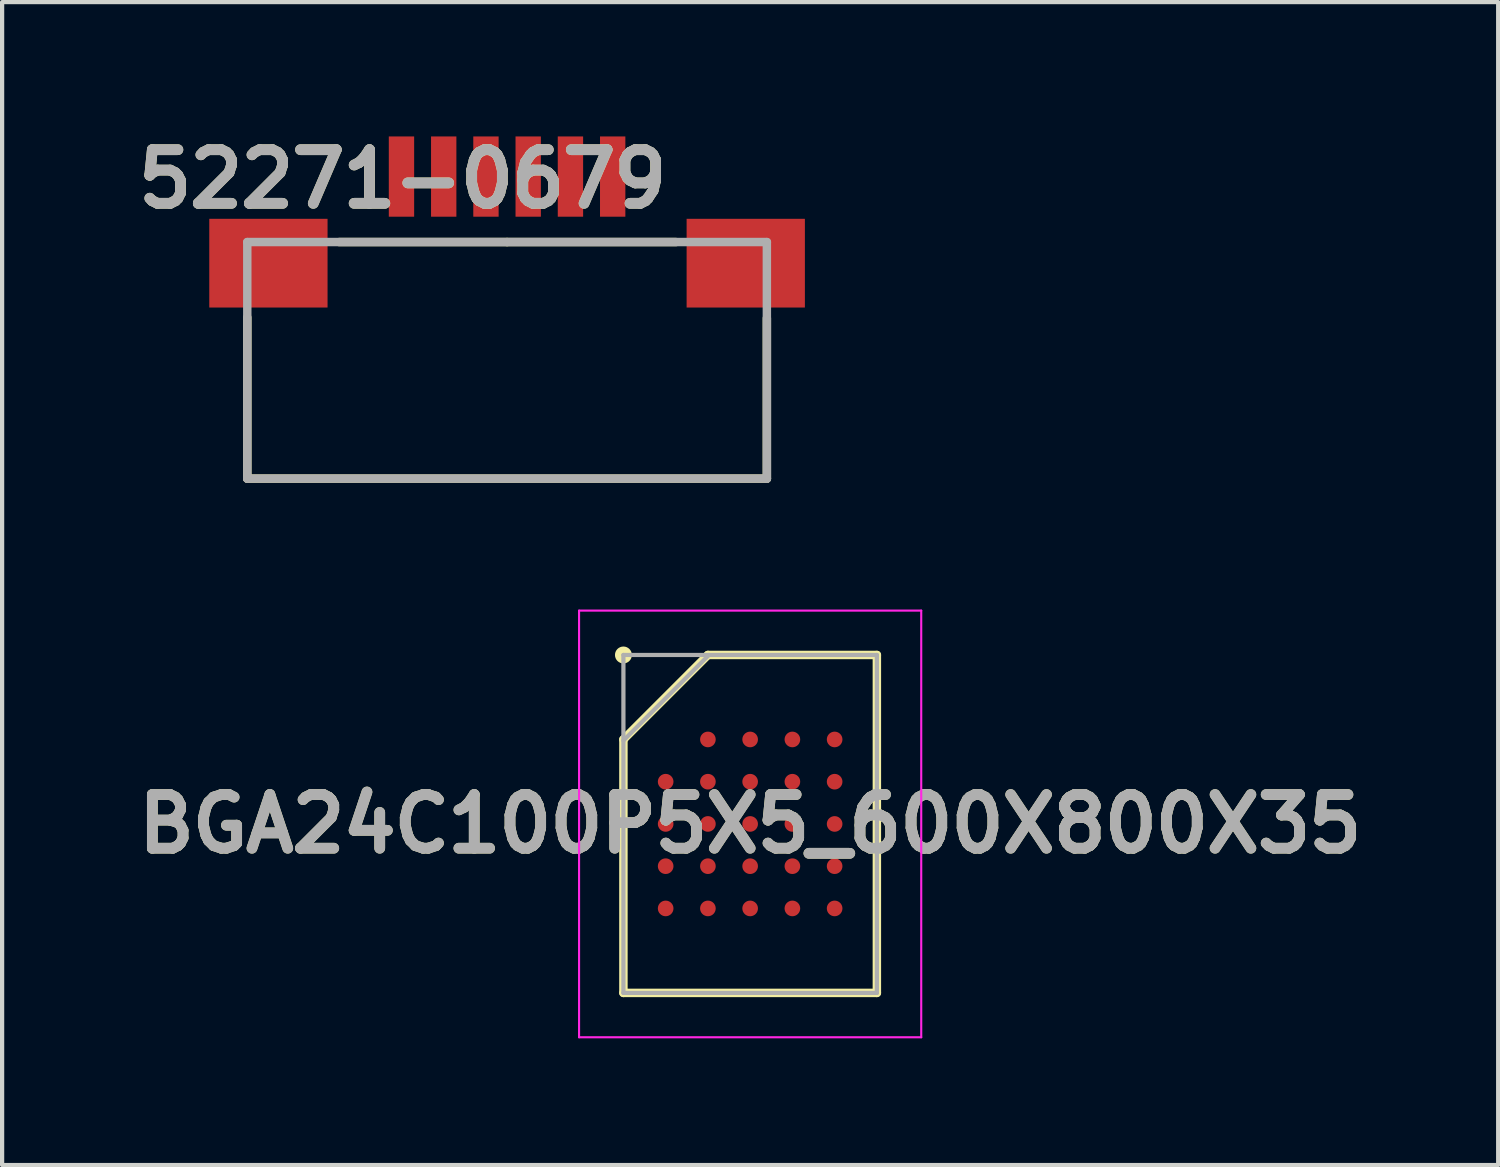
<source format=kicad_pcb>
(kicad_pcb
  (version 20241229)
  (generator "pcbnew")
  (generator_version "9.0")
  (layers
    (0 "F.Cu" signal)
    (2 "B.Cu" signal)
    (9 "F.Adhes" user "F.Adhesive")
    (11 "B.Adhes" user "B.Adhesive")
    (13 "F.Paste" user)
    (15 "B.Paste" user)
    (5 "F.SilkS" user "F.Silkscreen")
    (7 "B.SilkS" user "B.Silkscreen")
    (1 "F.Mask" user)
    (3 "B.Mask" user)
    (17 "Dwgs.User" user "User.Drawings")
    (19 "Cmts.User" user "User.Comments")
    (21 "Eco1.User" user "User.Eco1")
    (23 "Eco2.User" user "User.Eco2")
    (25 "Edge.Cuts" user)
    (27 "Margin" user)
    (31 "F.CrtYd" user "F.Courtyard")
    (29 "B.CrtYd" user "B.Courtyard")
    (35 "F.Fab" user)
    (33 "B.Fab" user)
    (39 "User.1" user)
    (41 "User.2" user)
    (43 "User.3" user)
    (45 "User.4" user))
  (footprint "BGA24C100P5X5_600X800X35"
    (layer "F.Cu")
    (at 14.708 16.455)
    (property "Reference" "BGA24C100P5X5_600X800X35" (at 0 0 0) (layer "F.SilkS") (effects (font (size 1.27 1.27) (thickness 0.254))))
    (attr smd)
    (fp_line (start -3 -2) (end -1 -4) (stroke (width 0.2) (type solid)) (layer "F.SilkS"))
    (fp_line (start -3 4) (end -3 -2) (stroke (width 0.2) (type solid)) (layer "F.SilkS"))
    (fp_line (start -1 -4) (end 3 -4) (stroke (width 0.2) (type solid)) (layer "F.SilkS"))
    (fp_line (start 3 -4) (end 3 4) (stroke (width 0.2) (type solid)) (layer "F.SilkS"))
    (fp_line (start 3 4) (end -3 4) (stroke (width 0.2) (type solid)) (layer "F.SilkS"))
    (fp_circle (center -3 -4) (end -3 -3.9) (stroke (width 0.2) (type solid)) (fill no) (layer "F.SilkS"))
    (fp_line (start -4.05 -5.05) (end 4.05 -5.05) (stroke (width 0.05) (type solid)) (layer "F.CrtYd"))
    (fp_line (start -4.05 5.05) (end -4.05 -5.05) (stroke (width 0.05) (type solid)) (layer "F.CrtYd"))
    (fp_line (start 4.05 -5.05) (end 4.05 5.05) (stroke (width 0.05) (type solid)) (layer "F.CrtYd"))
    (fp_line (start 4.05 5.05) (end -4.05 5.05) (stroke (width 0.05) (type solid)) (layer "F.CrtYd"))
    (fp_line (start -3 -4) (end 3 -4) (stroke (width 0.1) (type solid)) (layer "F.Fab"))
    (fp_line (start -3 -1.975) (end -0.975 -4) (stroke (width 0.1) (type solid)) (layer "F.Fab"))
    (fp_line (start -3 4) (end -3 -4) (stroke (width 0.1) (type solid)) (layer "F.Fab"))
    (fp_line (start 3 -4) (end 3 4) (stroke (width 0.1) (type solid)) (layer "F.Fab"))
    (fp_line (start 3 4) (end -3 4) (stroke (width 0.1) (type solid)) (layer "F.Fab"))
    (fp_text user "${REFERENCE}" (at 0 0 0) (layer "F.Fab") (effects (font (size 1.27 1.27) (thickness 0.254))))
    (pad "A2" smd circle (at -1 -2 90) (size 0.37 0.37) (layers "F.Cu" "F.Paste"))
    (pad "A3" smd circle (at 0 -2 90) (size 0.37 0.37) (layers "F.Cu" "F.Paste"))
    (pad "A4" smd circle (at 1 -2 90) (size 0.37 0.37) (layers "F.Cu" "F.Paste"))
    (pad "A5" smd circle (at 2 -2 90) (size 0.37 0.37) (layers "F.Cu" "F.Paste"))
    (pad "B1" smd circle (at -2 -1 90) (size 0.37 0.37) (layers "F.Cu" "F.Paste"))
    (pad "B2" smd circle (at -1 -1 90) (size 0.37 0.37) (layers "F.Cu" "F.Paste"))
    (pad "B3" smd circle (at 0 -1 90) (size 0.37 0.37) (layers "F.Cu" "F.Paste"))
    (pad "B4" smd circle (at 1 -1 90) (size 0.37 0.37) (layers "F.Cu" "F.Paste"))
    (pad "B5" smd circle (at 2 -1 90) (size 0.37 0.37) (layers "F.Cu" "F.Paste"))
    (pad "C1" smd circle (at -2 0 90) (size 0.37 0.37) (layers "F.Cu" "F.Paste"))
    (pad "C2" smd circle (at -1 0 90) (size 0.37 0.37) (layers "F.Cu" "F.Paste"))
    (pad "C3" smd circle (at 0 0 90) (size 0.37 0.37) (layers "F.Cu" "F.Paste"))
    (pad "C4" smd circle (at 1 0 90) (size 0.37 0.37) (layers "F.Cu" "F.Paste"))
    (pad "C5" smd circle (at 2 0 90) (size 0.37 0.37) (layers "F.Cu" "F.Paste"))
    (pad "D1" smd circle (at -2 1 90) (size 0.37 0.37) (layers "F.Cu" "F.Paste"))
    (pad "D2" smd circle (at -1 1 90) (size 0.37 0.37) (layers "F.Cu" "F.Paste"))
    (pad "D3" smd circle (at 0 1 90) (size 0.37 0.37) (layers "F.Cu" "F.Paste"))
    (pad "D4" smd circle (at 1 1 90) (size 0.37 0.37) (layers "F.Cu" "F.Paste"))
    (pad "D5" smd circle (at 2 1 90) (size 0.37 0.37) (layers "F.Cu" "F.Paste"))
    (pad "E1" smd circle (at -2 2 90) (size 0.37 0.37) (layers "F.Cu" "F.Paste"))
    (pad "E2" smd circle (at -1 2 90) (size 0.37 0.37) (layers "F.Cu" "F.Paste"))
    (pad "E3" smd circle (at 0 2 90) (size 0.37 0.37) (layers "F.Cu" "F.Paste"))
    (pad "E4" smd circle (at 1 2 90) (size 0.37 0.37) (layers "F.Cu" "F.Paste"))
    (pad "E5" smd circle (at 2 2 90) (size 0.37 0.37) (layers "F.Cu" "F.Paste")))
  (footprint "52271-0679"
    (layer "F.Cu")
    (at 8.954 1.13)
    (property "Reference" "52271-0679" (at -2.471 0.059 0) (layer "F.SilkS") (effects (font (size 1.27 1.27) (thickness 0.254))))
    (attr smd)
    (fp_line (start -6.15 7.15) (end -6.15 3.336) (stroke (width 0.2) (type solid)) (layer "F.SilkS"))
    (fp_line (start 0 1.55) (end -3.976 1.55) (stroke (width 0.2) (type solid)) (layer "F.SilkS"))
    (fp_line (start 0 1.55) (end 4 1.55) (stroke (width 0.2) (type solid)) (layer "F.SilkS"))
    (fp_line (start 6.15 7.15) (end -6.15 7.15) (stroke (width 0.2) (type solid)) (layer "F.SilkS"))
    (fp_line (start 6.15 7.15) (end 6.15 3.352) (stroke (width 0.2) (type solid)) (layer "F.SilkS"))
    (fp_line (start -6.15 1.55) (end 6.15 1.55) (stroke (width 0.2) (type solid)) (layer "F.Fab"))
    (fp_line (start -6.15 7.15) (end -6.15 1.55) (stroke (width 0.2) (type solid)) (layer "F.Fab"))
    (fp_line (start 6.15 1.55) (end 6.15 7.15) (stroke (width 0.2) (type solid)) (layer "F.Fab"))
    (fp_line (start 6.15 7.15) (end -6.15 7.15) (stroke (width 0.2) (type solid)) (layer "F.Fab"))
    (fp_text user "${REFERENCE}" (at -2.471 0.059 0) (layer "F.Fab") (effects (font (size 1.27 1.27) (thickness 0.254))))
    (pad "1" smd rect (at -2.5 0) (size 0.6 1.9) (layers "F.Cu" "F.Paste"))
    (pad "2" smd rect (at -1.5 0) (size 0.6 1.9) (layers "F.Cu" "F.Paste"))
    (pad "3" smd rect (at -0.5 0) (size 0.6 1.9) (layers "F.Cu" "F.Paste"))
    (pad "4" smd rect (at 0.5 0) (size 0.6 1.9) (layers "F.Cu" "F.Paste"))
    (pad "5" smd rect (at 1.5 0) (size 0.6 1.9) (layers "F.Cu" "F.Paste"))
    (pad "6" smd rect (at 2.5 0) (size 0.6 1.9) (layers "F.Cu" "F.Paste"))
    (pad "7" smd rect (at -5.65 2.05 90) (size 2.1 2.8) (layers "F.Cu" "F.Paste"))
    (pad "8" smd rect (at 5.65 2.05 90) (size 2.1 2.8) (layers "F.Cu" "F.Paste")))
  (gr_rect
    (start -3 -3)
    (end 32.416 24.53)
    (stroke (width 0.1) (type default))
    (fill no)
    (layer "Edge.Cuts")))
</source>
